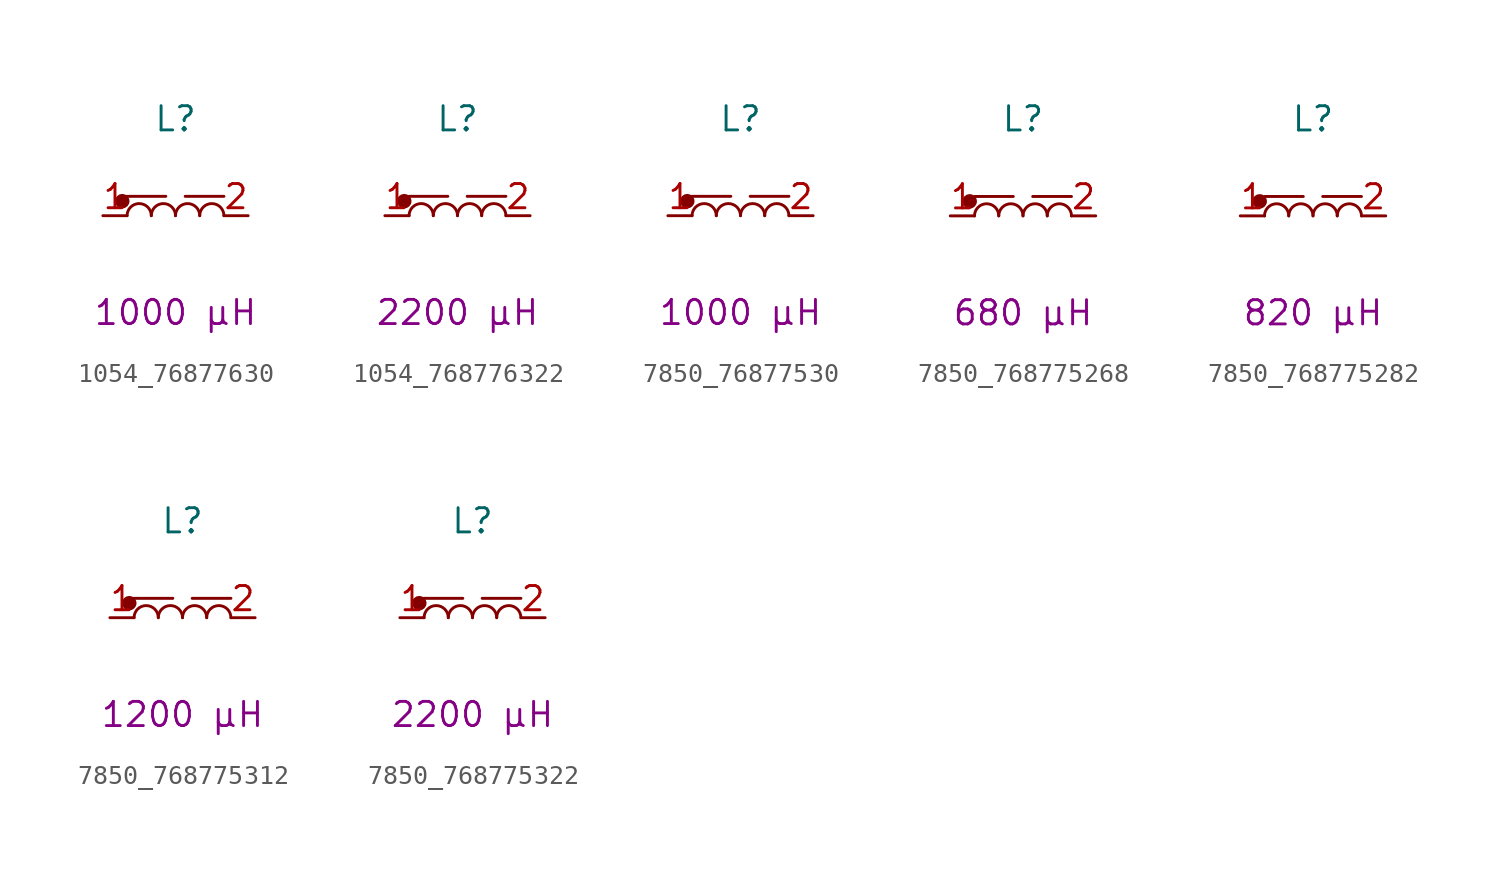
<source format=kicad_sym>
(kicad_symbol_lib
  (version 20220914)
  (generator kicad_symbol_editor)
  (symbol "1054_76877630"
    (pin_names hide)
    (property "Reference" "L"
      (at 0 5.08 0)
      (effects (font (size 1.27 1.27))))
    (property "Critical Parameter" "1000 µH"
      (at 0 -5.08 0)
      (effects (font (size 1.27 1.27))))
    (symbol "1054_76877630_0_1"
      (arc (start -1.27 0) (mid -1.905 0.6323) (end -2.54 0) (stroke (width 0) (type default)) (fill (type none)))
      (arc (start 0 0) (mid -0.635 0.6323) (end -1.27 0) (stroke (width 0) (type default)) (fill (type none)))
      (polyline (pts (xy -2.54 1.016) (xy -0.508 1.016)) (stroke (width 0) (type default)) (fill (type none)))
      (arc (start 1.27 0) (mid 0.635 0.6323) (end 0 0) (stroke (width 0) (type default)) (fill (type none)))
      (arc (start 2.54 0) (mid 1.905 0.6323) (end 1.27 0) (stroke (width 0) (type default)) (fill (type none))))
    (symbol "1054_76877630_1_1"
      (circle (center -2.794 0.762) (radius 0.0001) (stroke (width 0.381) (type default)) (fill (type none)))
      (polyline (pts (xy 2.54 1.016) (xy 0.508 1.016)) (stroke (width 0) (type default)) (fill (type none)))
      (pin passive line (at -3.81 0 0) (length 1.27) (name "1" (effects (font (size 1.27 1.27)))) (number "1" (effects (font (size 1.27 1.27)))))
      (pin passive line (at 3.81 0 180) (length 1.27) (name "2" (effects (font (size 1.27 1.27)))) (number "2" (effects (font (size 1.27 1.27)))))))
  (symbol "1054_768776322"
    (pin_names hide)
    (property "Reference" "L"
      (at 0 5.08 0)
      (effects (font (size 1.27 1.27))))
    (property "Critical Parameter" "2200 µH"
      (at 0 -5.08 0)
      (effects (font (size 1.27 1.27))))
    (symbol "1054_768776322_0_1"
      (arc (start -1.27 0) (mid -1.905 0.6323) (end -2.54 0) (stroke (width 0) (type default)) (fill (type none)))
      (arc (start 0 0) (mid -0.635 0.6323) (end -1.27 0) (stroke (width 0) (type default)) (fill (type none)))
      (polyline (pts (xy -2.54 1.016) (xy -0.508 1.016)) (stroke (width 0) (type default)) (fill (type none)))
      (arc (start 1.27 0) (mid 0.635 0.6323) (end 0 0) (stroke (width 0) (type default)) (fill (type none)))
      (arc (start 2.54 0) (mid 1.905 0.6323) (end 1.27 0) (stroke (width 0) (type default)) (fill (type none))))
    (symbol "1054_768776322_1_1"
      (circle (center -2.794 0.762) (radius 0.0001) (stroke (width 0.381) (type default)) (fill (type none)))
      (polyline (pts (xy 2.54 1.016) (xy 0.508 1.016)) (stroke (width 0) (type default)) (fill (type none)))
      (pin passive line (at -3.81 0 0) (length 1.27) (name "1" (effects (font (size 1.27 1.27)))) (number "1" (effects (font (size 1.27 1.27)))))
      (pin passive line (at 3.81 0 180) (length 1.27) (name "2" (effects (font (size 1.27 1.27)))) (number "2" (effects (font (size 1.27 1.27)))))))
  (symbol "7850_76877530"
    (pin_names hide)
    (property "Reference" "L"
      (at 0 5.08 0)
      (effects (font (size 1.27 1.27))))
    (property "Critical Parameter" "1000 µH"
      (at 0 -5.08 0)
      (effects (font (size 1.27 1.27))))
    (symbol "7850_76877530_0_1"
      (arc (start -1.27 0) (mid -1.905 0.6323) (end -2.54 0) (stroke (width 0) (type default)) (fill (type none)))
      (arc (start 0 0) (mid -0.635 0.6323) (end -1.27 0) (stroke (width 0) (type default)) (fill (type none)))
      (polyline (pts (xy -2.54 1.016) (xy -0.508 1.016)) (stroke (width 0) (type default)) (fill (type none)))
      (arc (start 1.27 0) (mid 0.635 0.6323) (end 0 0) (stroke (width 0) (type default)) (fill (type none)))
      (arc (start 2.54 0) (mid 1.905 0.6323) (end 1.27 0) (stroke (width 0) (type default)) (fill (type none))))
    (symbol "7850_76877530_1_1"
      (circle (center -2.794 0.762) (radius 0.0001) (stroke (width 0.381) (type default)) (fill (type none)))
      (polyline (pts (xy 2.54 1.016) (xy 0.508 1.016)) (stroke (width 0) (type default)) (fill (type none)))
      (pin passive line (at -3.81 0 0) (length 1.27) (name "1" (effects (font (size 1.27 1.27)))) (number "1" (effects (font (size 1.27 1.27)))))
      (pin passive line (at 3.81 0 180) (length 1.27) (name "2" (effects (font (size 1.27 1.27)))) (number "2" (effects (font (size 1.27 1.27)))))))
  (symbol "7850_768775268"
    (pin_names hide)
    (property "Reference" "L"
      (at 0 5.08 0)
      (effects (font (size 1.27 1.27))))
    (property "Critical Parameter" "680 µH"
      (at 0 -5.08 0)
      (effects (font (size 1.27 1.27))))
    (symbol "7850_768775268_0_1"
      (arc (start -1.27 0) (mid -1.905 0.6323) (end -2.54 0) (stroke (width 0) (type default)) (fill (type none)))
      (arc (start 0 0) (mid -0.635 0.6323) (end -1.27 0) (stroke (width 0) (type default)) (fill (type none)))
      (polyline (pts (xy -2.54 1.016) (xy -0.508 1.016)) (stroke (width 0) (type default)) (fill (type none)))
      (arc (start 1.27 0) (mid 0.635 0.6323) (end 0 0) (stroke (width 0) (type default)) (fill (type none)))
      (arc (start 2.54 0) (mid 1.905 0.6323) (end 1.27 0) (stroke (width 0) (type default)) (fill (type none))))
    (symbol "7850_768775268_1_1"
      (circle (center -2.794 0.762) (radius 0.0001) (stroke (width 0.381) (type default)) (fill (type none)))
      (polyline (pts (xy 2.54 1.016) (xy 0.508 1.016)) (stroke (width 0) (type default)) (fill (type none)))
      (pin passive line (at -3.81 0 0) (length 1.27) (name "1" (effects (font (size 1.27 1.27)))) (number "1" (effects (font (size 1.27 1.27)))))
      (pin passive line (at 3.81 0 180) (length 1.27) (name "2" (effects (font (size 1.27 1.27)))) (number "2" (effects (font (size 1.27 1.27)))))))
  (symbol "7850_768775282"
    (pin_names hide)
    (property "Reference" "L"
      (at 0 5.08 0)
      (effects (font (size 1.27 1.27))))
    (property "Critical Parameter" "820 µH"
      (at 0 -5.08 0)
      (effects (font (size 1.27 1.27))))
    (symbol "7850_768775282_0_1"
      (arc (start -1.27 0) (mid -1.905 0.6323) (end -2.54 0) (stroke (width 0) (type default)) (fill (type none)))
      (arc (start 0 0) (mid -0.635 0.6323) (end -1.27 0) (stroke (width 0) (type default)) (fill (type none)))
      (polyline (pts (xy -2.54 1.016) (xy -0.508 1.016)) (stroke (width 0) (type default)) (fill (type none)))
      (arc (start 1.27 0) (mid 0.635 0.6323) (end 0 0) (stroke (width 0) (type default)) (fill (type none)))
      (arc (start 2.54 0) (mid 1.905 0.6323) (end 1.27 0) (stroke (width 0) (type default)) (fill (type none))))
    (symbol "7850_768775282_1_1"
      (circle (center -2.794 0.762) (radius 0.0001) (stroke (width 0.381) (type default)) (fill (type none)))
      (polyline (pts (xy 2.54 1.016) (xy 0.508 1.016)) (stroke (width 0) (type default)) (fill (type none)))
      (pin passive line (at -3.81 0 0) (length 1.27) (name "1" (effects (font (size 1.27 1.27)))) (number "1" (effects (font (size 1.27 1.27)))))
      (pin passive line (at 3.81 0 180) (length 1.27) (name "2" (effects (font (size 1.27 1.27)))) (number "2" (effects (font (size 1.27 1.27)))))))
  (symbol "7850_768775312"
    (pin_names hide)
    (property "Reference" "L"
      (at 0 5.08 0)
      (effects (font (size 1.27 1.27))))
    (property "Critical Parameter" "1200 µH"
      (at 0 -5.08 0)
      (effects (font (size 1.27 1.27))))
    (symbol "7850_768775312_0_1"
      (arc (start -1.27 0) (mid -1.905 0.6323) (end -2.54 0) (stroke (width 0) (type default)) (fill (type none)))
      (arc (start 0 0) (mid -0.635 0.6323) (end -1.27 0) (stroke (width 0) (type default)) (fill (type none)))
      (polyline (pts (xy -2.54 1.016) (xy -0.508 1.016)) (stroke (width 0) (type default)) (fill (type none)))
      (arc (start 1.27 0) (mid 0.635 0.6323) (end 0 0) (stroke (width 0) (type default)) (fill (type none)))
      (arc (start 2.54 0) (mid 1.905 0.6323) (end 1.27 0) (stroke (width 0) (type default)) (fill (type none))))
    (symbol "7850_768775312_1_1"
      (circle (center -2.794 0.762) (radius 0.0001) (stroke (width 0.381) (type default)) (fill (type none)))
      (polyline (pts (xy 2.54 1.016) (xy 0.508 1.016)) (stroke (width 0) (type default)) (fill (type none)))
      (pin passive line (at -3.81 0 0) (length 1.27) (name "1" (effects (font (size 1.27 1.27)))) (number "1" (effects (font (size 1.27 1.27)))))
      (pin passive line (at 3.81 0 180) (length 1.27) (name "2" (effects (font (size 1.27 1.27)))) (number "2" (effects (font (size 1.27 1.27)))))))
  (symbol "7850_768775322"
    (pin_names hide)
    (property "Reference" "L"
      (at 0 5.08 0)
      (effects (font (size 1.27 1.27))))
    (property "Critical Parameter" "2200 µH"
      (at 0 -5.08 0)
      (effects (font (size 1.27 1.27))))
    (symbol "7850_768775322_0_1"
      (arc (start -1.27 0) (mid -1.905 0.6323) (end -2.54 0) (stroke (width 0) (type default)) (fill (type none)))
      (arc (start 0 0) (mid -0.635 0.6323) (end -1.27 0) (stroke (width 0) (type default)) (fill (type none)))
      (polyline (pts (xy -2.54 1.016) (xy -0.508 1.016)) (stroke (width 0) (type default)) (fill (type none)))
      (arc (start 1.27 0) (mid 0.635 0.6323) (end 0 0) (stroke (width 0) (type default)) (fill (type none)))
      (arc (start 2.54 0) (mid 1.905 0.6323) (end 1.27 0) (stroke (width 0) (type default)) (fill (type none))))
    (symbol "7850_768775322_1_1"
      (circle (center -2.794 0.762) (radius 0.0001) (stroke (width 0.381) (type default)) (fill (type none)))
      (polyline (pts (xy 2.54 1.016) (xy 0.508 1.016)) (stroke (width 0) (type default)) (fill (type none)))
      (pin passive line (at -3.81 0 0) (length 1.27) (name "1" (effects (font (size 1.27 1.27)))) (number "1" (effects (font (size 1.27 1.27)))))
      (pin passive line (at 3.81 0 180) (length 1.27) (name "2" (effects (font (size 1.27 1.27)))) (number "2" (effects (font (size 1.27 1.27))))))))
</source>
